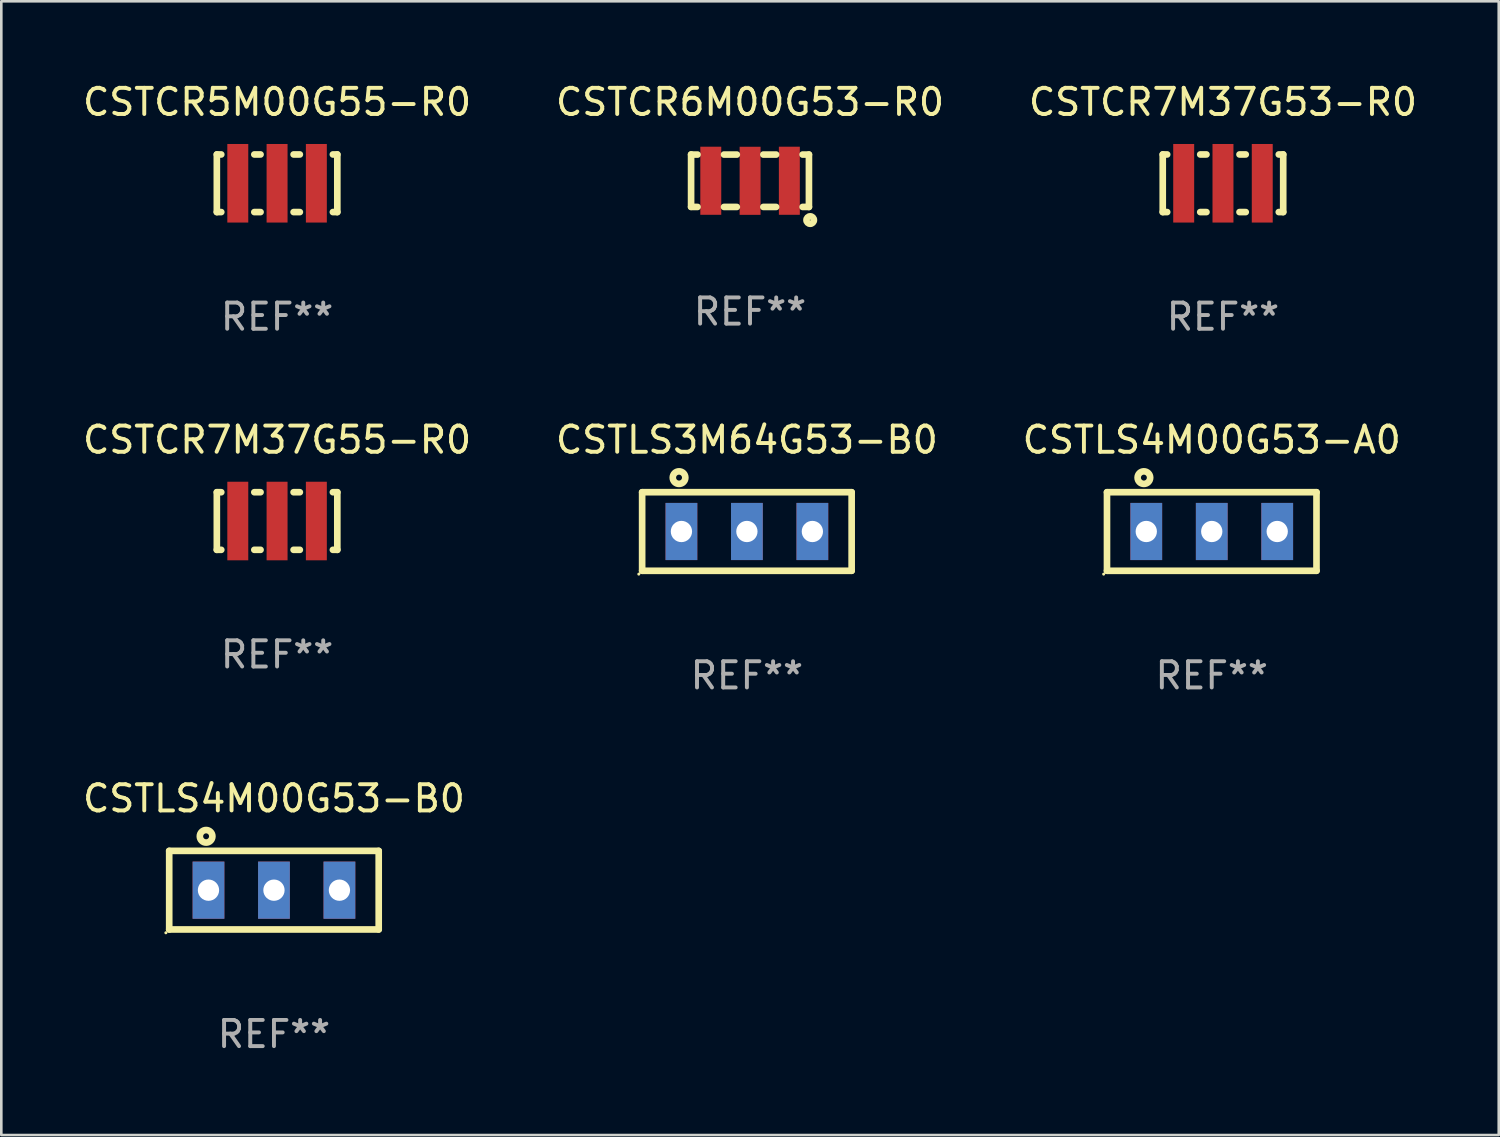
<source format=kicad_pcb>
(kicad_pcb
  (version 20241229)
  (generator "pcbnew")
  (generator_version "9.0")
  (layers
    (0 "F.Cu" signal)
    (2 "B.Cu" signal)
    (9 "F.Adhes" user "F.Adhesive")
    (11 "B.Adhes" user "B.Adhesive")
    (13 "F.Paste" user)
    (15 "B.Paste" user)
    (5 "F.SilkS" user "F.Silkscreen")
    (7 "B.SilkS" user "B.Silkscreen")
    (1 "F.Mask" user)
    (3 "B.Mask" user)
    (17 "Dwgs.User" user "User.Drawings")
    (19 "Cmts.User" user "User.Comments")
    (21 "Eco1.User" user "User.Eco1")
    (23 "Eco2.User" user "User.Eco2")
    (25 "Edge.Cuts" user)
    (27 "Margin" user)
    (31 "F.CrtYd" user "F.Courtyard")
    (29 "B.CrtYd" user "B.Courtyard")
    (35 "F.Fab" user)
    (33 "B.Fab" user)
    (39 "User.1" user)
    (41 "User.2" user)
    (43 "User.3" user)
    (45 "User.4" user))
  (footprint "CSTLS4M00G53-A0"
    (layer "F.Cu")
    (at 43.22 17.245)
    (property "Reference" "CSTLS4M00G53-A0" (at 0 -3.5 0) (layer "F.SilkS") (effects (font (size 1 1) (thickness 0.15))))
    (attr through_hole)
    (fp_line (start -4 -1.5) (end -4 1.5) (stroke (width 0.254) (type solid)) (layer "F.SilkS"))
    (fp_line (start -4 -1.5) (end 4 -1.5) (stroke (width 0.254) (type solid)) (layer "F.SilkS"))
    (fp_line (start -4 1.5) (end 4 1.5) (stroke (width 0.254) (type solid)) (layer "F.SilkS"))
    (fp_line (start 4 -1.5) (end 4 1.5) (stroke (width 0.254) (type solid)) (layer "F.SilkS"))
    (fp_circle (center -4.127 1.627) (end -4.097 1.627) (stroke (width 0.06) (type solid)) (fill no) (layer "F.SilkS"))
    (fp_circle (center -2.591 -2.057) (end -2.351 -2.057) (stroke (width 0.254) (type solid)) (fill no) (layer "F.SilkS"))
    (fp_text user "REF**" (at 0 5.5 0) (layer "F.Fab") (effects (font (size 1 1) (thickness 0.15))))
    (pad "1" thru_hole rect (at -2.5 0 90) (size 2.182 1.212) (drill 0.813) (layers "*.Cu" "*.Mask"))
    (pad "2" thru_hole rect (at 0 0 90) (size 2.182 1.212) (drill 0.813) (layers "*.Cu" "*.Mask"))
    (pad "3" thru_hole rect (at 2.5 0 90) (size 2.182 1.212) (drill 0.813) (layers "*.Cu" "*.Mask")))
  (footprint "CSTLS3M64G53-B0"
    (layer "F.Cu")
    (at 25.47 17.245)
    (property "Reference" "CSTLS3M64G53-B0" (at 0 -3.5 0) (layer "F.SilkS") (effects (font (size 1 1) (thickness 0.15))))
    (attr through_hole)
    (fp_line (start -4 -1.5) (end -4 1.5) (stroke (width 0.254) (type solid)) (layer "F.SilkS"))
    (fp_line (start -4 -1.5) (end 4 -1.5) (stroke (width 0.254) (type solid)) (layer "F.SilkS"))
    (fp_line (start -4 1.5) (end 4 1.5) (stroke (width 0.254) (type solid)) (layer "F.SilkS"))
    (fp_line (start 4 -1.5) (end 4 1.5) (stroke (width 0.254) (type solid)) (layer "F.SilkS"))
    (fp_circle (center -4.127 1.627) (end -4.097 1.627) (stroke (width 0.06) (type solid)) (fill no) (layer "F.SilkS"))
    (fp_circle (center -2.591 -2.057) (end -2.351 -2.057) (stroke (width 0.254) (type solid)) (fill no) (layer "F.SilkS"))
    (fp_text user "REF**" (at 0 5.5 0) (layer "F.Fab") (effects (font (size 1 1) (thickness 0.15))))
    (pad "1" thru_hole rect (at -2.5 0 90) (size 2.182 1.212) (drill 0.813) (layers "*.Cu" "*.Mask"))
    (pad "2" thru_hole rect (at 0 0 90) (size 2.182 1.212) (drill 0.813) (layers "*.Cu" "*.Mask"))
    (pad "3" thru_hole rect (at 2.5 0 90) (size 2.182 1.212) (drill 0.813) (layers "*.Cu" "*.Mask")))
  (footprint "CSTCR5M00G55-R0"
    (layer "F.Cu")
    (at 7.53 3.948)
    (property "Reference" "CSTCR5M00G55-R0" (at 0 -3.1 0) (layer "F.SilkS") (effects (font (size 1 1) (thickness 0.15))))
    (attr through_hole)
    (fp_line (start -2.3 -1.1) (end -2.3 1.1) (stroke (width 0.254) (type solid)) (layer "F.SilkS"))
    (fp_line (start -2.3 -1.1) (end -2.131 -1.1) (stroke (width 0.254) (type solid)) (layer "F.SilkS"))
    (fp_line (start -2.3 1.1) (end -2.131 1.1) (stroke (width 0.254) (type solid)) (layer "F.SilkS"))
    (fp_line (start -0.869 -1.1) (end -0.631 -1.1) (stroke (width 0.254) (type solid)) (layer "F.SilkS"))
    (fp_line (start -0.869 1.1) (end -0.631 1.1) (stroke (width 0.254) (type solid)) (layer "F.SilkS"))
    (fp_line (start 0.631 -1.1) (end 0.869 -1.1) (stroke (width 0.254) (type solid)) (layer "F.SilkS"))
    (fp_line (start 0.631 1.1) (end 0.869 1.1) (stroke (width 0.254) (type solid)) (layer "F.SilkS"))
    (fp_line (start 2.131 -1.1) (end 2.3 -1.1) (stroke (width 0.254) (type solid)) (layer "F.SilkS"))
    (fp_line (start 2.131 1.1) (end 2.3 1.1) (stroke (width 0.254) (type solid)) (layer "F.SilkS"))
    (fp_line (start 2.3 -1.1) (end 2.3 1.1) (stroke (width 0.254) (type solid)) (layer "F.SilkS"))
    (fp_circle (center -2.25 1) (end -2.22 1) (stroke (width 0.06) (type solid)) (fill no) (layer "F.SilkS"))
    (fp_text user "REF**" (at 0 5.1 0) (layer "F.Fab") (effects (font (size 1 1) (thickness 0.15))))
    (pad "1" smd rect (at -1.5 0.000013 90) (size 3 0.8) (layers "F.Cu" "F.Mask" "F.Paste"))
    (pad "2" smd rect (at -0.000013 0.000013 90) (size 3 0.8) (layers "F.Cu" "F.Mask" "F.Paste"))
    (pad "3" smd rect (at 1.5 0.000013 90) (size 3 0.8) (layers "F.Cu" "F.Mask" "F.Paste")))
  (footprint "CSTLS4M00G53-B0"
    (layer "F.Cu")
    (at 7.411 30.941)
    (property "Reference" "CSTLS4M00G53-B0" (at 0 -3.5 0) (layer "F.SilkS") (effects (font (size 1 1) (thickness 0.15))))
    (attr through_hole)
    (fp_line (start -4 -1.5) (end -4 1.5) (stroke (width 0.254) (type solid)) (layer "F.SilkS"))
    (fp_line (start -4 -1.5) (end 4 -1.5) (stroke (width 0.254) (type solid)) (layer "F.SilkS"))
    (fp_line (start -4 1.5) (end 4 1.5) (stroke (width 0.254) (type solid)) (layer "F.SilkS"))
    (fp_line (start 4 -1.5) (end 4 1.5) (stroke (width 0.254) (type solid)) (layer "F.SilkS"))
    (fp_circle (center -4.127 1.627) (end -4.097 1.627) (stroke (width 0.06) (type solid)) (fill no) (layer "F.SilkS"))
    (fp_circle (center -2.591 -2.057) (end -2.351 -2.057) (stroke (width 0.254) (type solid)) (fill no) (layer "F.SilkS"))
    (fp_text user "REF**" (at 0 5.5 0) (layer "F.Fab") (effects (font (size 1 1) (thickness 0.15))))
    (pad "1" thru_hole rect (at -2.5 0 90) (size 2.182 1.212) (drill 0.813) (layers "*.Cu" "*.Mask"))
    (pad "2" thru_hole rect (at 0 0 90) (size 2.182 1.212) (drill 0.813) (layers "*.Cu" "*.Mask"))
    (pad "3" thru_hole rect (at 2.5 0 90) (size 2.182 1.212) (drill 0.813) (layers "*.Cu" "*.Mask")))
  (footprint "CSTCR6M00G53-R0"
    (layer "F.Cu")
    (at 25.589 3.85)
    (property "Reference" "CSTCR6M00G53-R0" (at 0 -3.002 0) (layer "F.SilkS") (effects (font (size 1 1) (thickness 0.15))))
    (attr through_hole)
    (fp_line (start -2.25 0.998) (end -2.25 -1.002) (stroke (width 0.254) (type solid)) (layer "F.SilkS"))
    (fp_line (start -2.004 -0.998) (end -2.25 -0.998) (stroke (width 0.254) (type solid)) (layer "F.SilkS"))
    (fp_line (start -2.004 1.002) (end -2.25 1.002) (stroke (width 0.254) (type solid)) (layer "F.SilkS"))
    (fp_line (start -0.504 -0.998) (end -0.992 -0.998) (stroke (width 0.254) (type solid)) (layer "F.SilkS"))
    (fp_line (start -0.504 1.002) (end -0.992 1.002) (stroke (width 0.254) (type solid)) (layer "F.SilkS"))
    (fp_line (start 0.996 -0.998) (end 0.509 -0.998) (stroke (width 0.254) (type solid)) (layer "F.SilkS"))
    (fp_line (start 0.996 1.002) (end 0.509 1.002) (stroke (width 0.254) (type solid)) (layer "F.SilkS"))
    (fp_line (start 2.25 -0.998) (end 2.008 -0.998) (stroke (width 0.254) (type solid)) (layer "F.SilkS"))
    (fp_line (start 2.25 -0.998) (end 2.25 1.002) (stroke (width 0.254) (type solid)) (layer "F.SilkS"))
    (fp_line (start 2.25 1.002) (end 2.008 1.002) (stroke (width 0.254) (type solid)) (layer "F.SilkS"))
    (fp_circle (center 2.202 0.953) (end 2.252 0.953) (stroke (width 0.1) (type solid)) (fill no) (layer "F.SilkS"))
    (fp_circle (center 2.298 1.503) (end 2.44 1.503) (stroke (width 0.254) (type solid)) (fill no) (layer "F.SilkS"))
    (fp_text user "REF**" (at 0 5.002 0) (layer "F.Fab") (effects (font (size 1 1) (thickness 0.15))))
    (pad "1" smd rect (at 1.502 0.002) (size 0.8 2.6) (layers "F.Cu" "F.Mask" "F.Paste"))
    (pad "2" smd rect (at 0.003 0.004) (size 0.8 2.6) (layers "F.Cu" "F.Mask" "F.Paste"))
    (pad "3" smd rect (at -1.498 0.002) (size 0.8 2.6) (layers "F.Cu" "F.Mask" "F.Paste")))
  (footprint "CSTCR7M37G53-R0"
    (layer "F.Cu")
    (at 43.649 3.948)
    (property "Reference" "CSTCR7M37G53-R0" (at 0 -3.1 0) (layer "F.SilkS") (effects (font (size 1 1) (thickness 0.15))))
    (attr through_hole)
    (fp_line (start -2.3 -1.1) (end -2.3 1.1) (stroke (width 0.254) (type solid)) (layer "F.SilkS"))
    (fp_line (start -2.3 -1.1) (end -2.131 -1.1) (stroke (width 0.254) (type solid)) (layer "F.SilkS"))
    (fp_line (start -2.3 1.1) (end -2.131 1.1) (stroke (width 0.254) (type solid)) (layer "F.SilkS"))
    (fp_line (start -0.869 -1.1) (end -0.631 -1.1) (stroke (width 0.254) (type solid)) (layer "F.SilkS"))
    (fp_line (start -0.869 1.1) (end -0.631 1.1) (stroke (width 0.254) (type solid)) (layer "F.SilkS"))
    (fp_line (start 0.631 -1.1) (end 0.869 -1.1) (stroke (width 0.254) (type solid)) (layer "F.SilkS"))
    (fp_line (start 0.631 1.1) (end 0.869 1.1) (stroke (width 0.254) (type solid)) (layer "F.SilkS"))
    (fp_line (start 2.131 -1.1) (end 2.3 -1.1) (stroke (width 0.254) (type solid)) (layer "F.SilkS"))
    (fp_line (start 2.131 1.1) (end 2.3 1.1) (stroke (width 0.254) (type solid)) (layer "F.SilkS"))
    (fp_line (start 2.3 -1.1) (end 2.3 1.1) (stroke (width 0.254) (type solid)) (layer "F.SilkS"))
    (fp_circle (center -2.25 1) (end -2.22 1) (stroke (width 0.06) (type solid)) (fill no) (layer "F.SilkS"))
    (fp_text user "REF**" (at 0 5.1 0) (layer "F.Fab") (effects (font (size 1 1) (thickness 0.15))))
    (pad "1" smd rect (at -1.5 0.000013 90) (size 3 0.8) (layers "F.Cu" "F.Mask" "F.Paste"))
    (pad "2" smd rect (at -0.000013 0.000013 90) (size 3 0.8) (layers "F.Cu" "F.Mask" "F.Paste"))
    (pad "3" smd rect (at 1.5 0.000013 90) (size 3 0.8) (layers "F.Cu" "F.Mask" "F.Paste")))
  (footprint "CSTCR7M37G55-R0"
    (layer "F.Cu")
    (at 7.53 16.845)
    (property "Reference" "CSTCR7M37G55-R0" (at 0 -3.1 0) (layer "F.SilkS") (effects (font (size 1 1) (thickness 0.15))))
    (attr through_hole)
    (fp_line (start -2.3 -1.1) (end -2.3 1.1) (stroke (width 0.254) (type solid)) (layer "F.SilkS"))
    (fp_line (start -2.3 -1.1) (end -2.131 -1.1) (stroke (width 0.254) (type solid)) (layer "F.SilkS"))
    (fp_line (start -2.3 1.1) (end -2.131 1.1) (stroke (width 0.254) (type solid)) (layer "F.SilkS"))
    (fp_line (start -0.869 -1.1) (end -0.631 -1.1) (stroke (width 0.254) (type solid)) (layer "F.SilkS"))
    (fp_line (start -0.869 1.1) (end -0.631 1.1) (stroke (width 0.254) (type solid)) (layer "F.SilkS"))
    (fp_line (start 0.631 -1.1) (end 0.869 -1.1) (stroke (width 0.254) (type solid)) (layer "F.SilkS"))
    (fp_line (start 0.631 1.1) (end 0.869 1.1) (stroke (width 0.254) (type solid)) (layer "F.SilkS"))
    (fp_line (start 2.131 -1.1) (end 2.3 -1.1) (stroke (width 0.254) (type solid)) (layer "F.SilkS"))
    (fp_line (start 2.131 1.1) (end 2.3 1.1) (stroke (width 0.254) (type solid)) (layer "F.SilkS"))
    (fp_line (start 2.3 -1.1) (end 2.3 1.1) (stroke (width 0.254) (type solid)) (layer "F.SilkS"))
    (fp_circle (center -2.25 1) (end -2.22 1) (stroke (width 0.06) (type solid)) (fill no) (layer "F.SilkS"))
    (fp_text user "REF**" (at 0 5.1 0) (layer "F.Fab") (effects (font (size 1 1) (thickness 0.15))))
    (pad "1" smd rect (at -1.5 0.000013 90) (size 3 0.8) (layers "F.Cu" "F.Mask" "F.Paste"))
    (pad "2" smd rect (at -0.000013 0.000013 90) (size 3 0.8) (layers "F.Cu" "F.Mask" "F.Paste"))
    (pad "3" smd rect (at 1.5 0.000013 90) (size 3 0.8) (layers "F.Cu" "F.Mask" "F.Paste")))
  (gr_rect
    (start -3 -3)
    (end 54.179 40.29)
    (stroke (width 0.1) (type default))
    (fill no)
    (layer "Edge.Cuts")))
</source>
